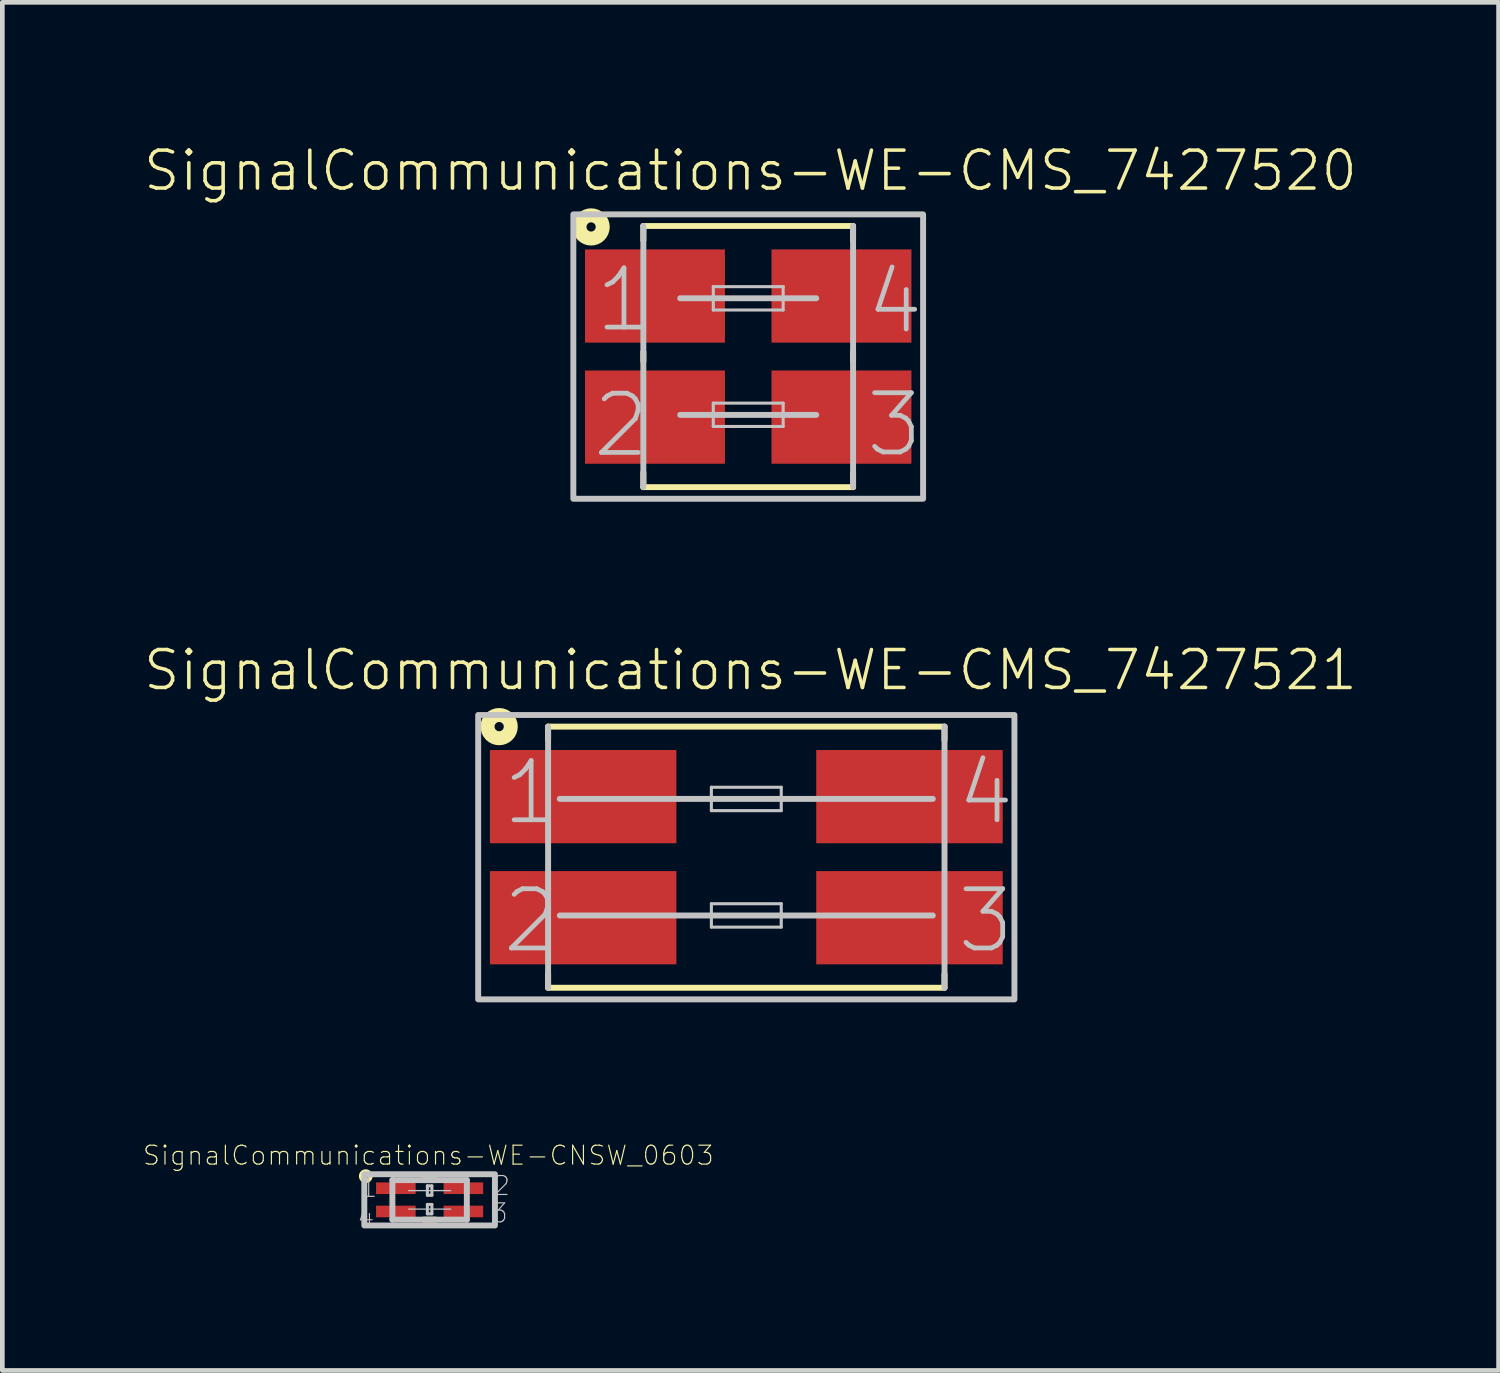
<source format=kicad_pcb>
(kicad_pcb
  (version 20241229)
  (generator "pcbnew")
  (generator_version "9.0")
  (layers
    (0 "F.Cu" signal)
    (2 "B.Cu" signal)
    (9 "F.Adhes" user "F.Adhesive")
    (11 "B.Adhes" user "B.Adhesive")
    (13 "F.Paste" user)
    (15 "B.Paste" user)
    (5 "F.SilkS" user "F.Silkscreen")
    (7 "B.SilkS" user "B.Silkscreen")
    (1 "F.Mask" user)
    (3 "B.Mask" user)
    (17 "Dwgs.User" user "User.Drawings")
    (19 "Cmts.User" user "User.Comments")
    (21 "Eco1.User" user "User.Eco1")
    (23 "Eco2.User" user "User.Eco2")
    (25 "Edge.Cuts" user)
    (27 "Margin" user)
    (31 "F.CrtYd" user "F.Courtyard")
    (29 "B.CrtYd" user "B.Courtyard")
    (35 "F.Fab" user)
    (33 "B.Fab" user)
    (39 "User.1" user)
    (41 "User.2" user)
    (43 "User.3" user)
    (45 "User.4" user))
  (footprint "SignalCommunications-WE-CMS_7427520"
    (layer "F.Cu")
    (at 12.99 4.594)
    (property "Reference" "SignalCommunications-WE-CMS_7427520" (at 0.048 -3.985 0) (layer "F.SilkS") (effects (font (size 0.813 0.813) (thickness 0.076))))
    (attr smd)
    (fp_line (start -2.248 -2.489) (end -2.248 -2.799) (stroke (width 0.127) (type solid)) (layer "F.SilkS"))
    (fp_line (start -2.248 -0.099) (end -2.248 0.099) (stroke (width 0.127) (type solid)) (layer "F.SilkS"))
    (fp_line (start -2.248 2.489) (end -2.248 2.799) (stroke (width 0.127) (type solid)) (layer "F.SilkS"))
    (fp_line (start -2.248 2.799) (end 2.248 2.799) (stroke (width 0.127) (type solid)) (layer "F.SilkS"))
    (fp_line (start 2.248 -2.799) (end -2.248 -2.799) (stroke (width 0.127) (type solid)) (layer "F.SilkS"))
    (fp_line (start 2.248 -2.489) (end 2.248 -2.799) (stroke (width 0.127) (type solid)) (layer "F.SilkS"))
    (fp_line (start 2.248 -0.099) (end 2.248 0.099) (stroke (width 0.127) (type solid)) (layer "F.SilkS"))
    (fp_line (start 2.248 2.489) (end 2.248 2.799) (stroke (width 0.127) (type solid)) (layer "F.SilkS"))
    (fp_circle (center -3.368 -2.779) (end -3.368 -2.878) (stroke (width 0.3) (type solid)) (fill no) (layer "F.SilkS"))
    (fp_line (start -2.248 -2.799) (end -2.248 2.799) (stroke (width 0.127) (type solid)) (layer "Dwgs.User"))
    (fp_line (start -1.458 -1.25) (end 1.458 -1.25) (stroke (width 0.127) (type solid)) (layer "Dwgs.User"))
    (fp_line (start -1.458 1.25) (end 1.458 1.25) (stroke (width 0.127) (type solid)) (layer "Dwgs.User"))
    (fp_line (start -0.749 -1.499) (end 0.749 -1.499) (stroke (width 0.066) (type solid)) (layer "Dwgs.User"))
    (fp_line (start -0.749 -0.998) (end -0.749 -1.499) (stroke (width 0.066) (type solid)) (layer "Dwgs.User"))
    (fp_line (start -0.749 -0.998) (end 0.749 -0.998) (stroke (width 0.066) (type solid)) (layer "Dwgs.User"))
    (fp_line (start -0.749 0.998) (end 0.749 0.998) (stroke (width 0.066) (type solid)) (layer "Dwgs.User"))
    (fp_line (start -0.749 1.499) (end -0.749 0.998) (stroke (width 0.066) (type solid)) (layer "Dwgs.User"))
    (fp_line (start -0.749 1.499) (end 0.749 1.499) (stroke (width 0.066) (type solid)) (layer "Dwgs.User"))
    (fp_line (start 0.749 -0.998) (end 0.749 -1.499) (stroke (width 0.066) (type solid)) (layer "Dwgs.User"))
    (fp_line (start 0.749 1.499) (end 0.749 0.998) (stroke (width 0.066) (type solid)) (layer "Dwgs.User"))
    (fp_line (start 2.248 2.799) (end 2.248 -2.799) (stroke (width 0.127) (type solid)) (layer "Dwgs.User"))
    (fp_poly (pts (xy -3.749 -3.048) (xy 3.749 -3.048) (xy 3.749 3.048) (xy -3.749 3.048) (xy -3.749 -3.048)) (stroke (width 0.127) (type solid)) (fill no) (layer "Dwgs.User"))
    (fp_text user "1" (at -2.664 -1.214 0) (layer "Dwgs.User") (effects (font (size 1.27 1.27) (thickness 0.102))))
    (fp_text user "4" (at 3.145 -1.173 0) (layer "Dwgs.User") (effects (font (size 1.27 1.27) (thickness 0.102))))
    (fp_text user "2" (at -2.723 1.473 0) (layer "Dwgs.User") (effects (font (size 1.27 1.27) (thickness 0.102))))
    (fp_text user "3" (at 3.134 1.463 0) (layer "Dwgs.User") (effects (font (size 1.27 1.27) (thickness 0.102))))
    (pad "1" smd rect (at -1.999 -1.298) (size 3 1.999) (layers "F.Cu" "F.Mask" "F.Paste"))
    (pad "2" smd rect (at -1.999 1.298) (size 3 1.999) (layers "F.Cu" "F.Mask" "F.Paste"))
    (pad "3" smd rect (at 1.999 1.298) (size 3 1.999) (layers "F.Cu" "F.Mask" "F.Paste"))
    (pad "4" smd rect (at 1.999 -1.298) (size 3 1.999) (layers "F.Cu" "F.Mask" "F.Paste")))
  (footprint "SignalCommunications-WE-CNSW_0603"
    (layer "F.Cu")
    (at 6.16 22.672)
    (property "Reference" "SignalCommunications-WE-CNSW_0603" (at -0.028 -0.953 0) (layer "F.SilkS") (effects (font (size 0.406 0.406) (thickness 0.025))))
    (attr smd)
    (fp_line (start 0.124 -0.424) (end -0.13 -0.424) (stroke (width 0.127) (type solid)) (layer "F.SilkS"))
    (fp_line (start 0.127 0.424) (end -0.127 0.424) (stroke (width 0.127) (type solid)) (layer "F.SilkS"))
    (fp_circle (center -1.369 -0.508) (end -1.369 -0.556) (stroke (width 0.099) (type solid)) (fill no) (layer "F.SilkS"))
    (fp_line (start -0.798 -0.424) (end -0.798 0.424) (stroke (width 0.127) (type solid)) (layer "Dwgs.User"))
    (fp_line (start -0.798 0.424) (end 0.798 0.424) (stroke (width 0.127) (type solid)) (layer "Dwgs.User"))
    (fp_line (start -0.048 -0.3) (end 0.048 -0.3) (stroke (width 0.066) (type solid)) (layer "Dwgs.User"))
    (fp_line (start -0.048 -0.099) (end -0.048 -0.3) (stroke (width 0.066) (type solid)) (layer "Dwgs.User"))
    (fp_line (start -0.048 -0.099) (end 0.048 -0.099) (stroke (width 0.066) (type solid)) (layer "Dwgs.User"))
    (fp_line (start -0.048 0.099) (end 0.048 0.099) (stroke (width 0.066) (type solid)) (layer "Dwgs.User"))
    (fp_line (start -0.048 0.3) (end -0.048 0.099) (stroke (width 0.066) (type solid)) (layer "Dwgs.User"))
    (fp_line (start -0.048 0.3) (end 0.048 0.3) (stroke (width 0.066) (type solid)) (layer "Dwgs.User"))
    (fp_line (start 0.048 -0.099) (end 0.048 -0.3) (stroke (width 0.066) (type solid)) (layer "Dwgs.User"))
    (fp_line (start 0.048 0.3) (end 0.048 0.099) (stroke (width 0.066) (type solid)) (layer "Dwgs.User"))
    (fp_line (start 0.45 -0.198) (end -0.45 -0.198) (stroke (width 0.028) (type solid)) (layer "Dwgs.User"))
    (fp_line (start 0.45 0.198) (end -0.45 0.198) (stroke (width 0.028) (type solid)) (layer "Dwgs.User"))
    (fp_line (start 0.798 -0.424) (end -0.798 -0.424) (stroke (width 0.127) (type solid)) (layer "Dwgs.User"))
    (fp_line (start 0.798 0.424) (end 0.798 -0.424) (stroke (width 0.127) (type solid)) (layer "Dwgs.User"))
    (fp_poly (pts (xy 1.4 0.549) (xy -1.4 0.549) (xy -1.4 -0.549) (xy 1.4 -0.549) (xy 1.4 0.549)) (stroke (width 0.127) (type solid)) (fill no) (layer "Dwgs.User"))
    (fp_text user "2" (at 1.542 -0.302 0) (layer "Dwgs.User") (effects (font (size 0.406 0.406) (thickness 0.025))))
    (fp_text user "1" (at -1.306 -0.262 0) (layer "Dwgs.User") (effects (font (size 0.406 0.406) (thickness 0.025))))
    (fp_text user "4" (at -1.367 0.376 0) (layer "Dwgs.User") (effects (font (size 0.406 0.406) (thickness 0.025))))
    (fp_text user "3" (at 1.491 0.284 0) (layer "Dwgs.User") (effects (font (size 0.406 0.406) (thickness 0.025))))
    (pad "1" smd rect (at -0.724 -0.249 270) (size 0.249 0.848) (layers "F.Cu" "F.Mask" "F.Paste"))
    (pad "2" smd rect (at 0.724 -0.249 270) (size 0.249 0.848) (layers "F.Cu" "F.Mask" "F.Paste"))
    (pad "3" smd rect (at 0.724 0.249 270) (size 0.249 0.848) (layers "F.Cu" "F.Mask" "F.Paste"))
    (pad "4" smd rect (at -0.724 0.249 270) (size 0.249 0.848) (layers "F.Cu" "F.Mask" "F.Paste")))
  (footprint "SignalCommunications-WE-CMS_7427521"
    (layer "F.Cu")
    (at 12.949 15.326)
    (property "Reference" "SignalCommunications-WE-CMS_7427521" (at 0.089 -4.011 0) (layer "F.SilkS") (effects (font (size 0.813 0.813) (thickness 0.076))))
    (attr smd)
    (fp_line (start -4.249 -2.799) (end 4.249 -2.799) (stroke (width 0.127) (type solid)) (layer "F.SilkS"))
    (fp_line (start -4.249 -2.51) (end -4.249 -2.799) (stroke (width 0.127) (type solid)) (layer "F.SilkS"))
    (fp_line (start -4.249 2.51) (end -4.249 2.799) (stroke (width 0.127) (type solid)) (layer "F.SilkS"))
    (fp_line (start 4.249 -2.51) (end 4.249 -2.799) (stroke (width 0.127) (type solid)) (layer "F.SilkS"))
    (fp_line (start 4.249 2.51) (end 4.249 2.799) (stroke (width 0.127) (type solid)) (layer "F.SilkS"))
    (fp_line (start 4.249 2.799) (end -4.249 2.799) (stroke (width 0.127) (type solid)) (layer "F.SilkS"))
    (fp_circle (center -5.298 -2.799) (end -5.298 -2.898) (stroke (width 0.3) (type solid)) (fill no) (layer "F.SilkS"))
    (fp_line (start -4.249 2.799) (end -4.249 -2.799) (stroke (width 0.127) (type solid)) (layer "Dwgs.User"))
    (fp_line (start -3.998 -1.25) (end 3.998 -1.25) (stroke (width 0.127) (type solid)) (layer "Dwgs.User"))
    (fp_line (start -3.998 1.25) (end 3.998 1.25) (stroke (width 0.127) (type solid)) (layer "Dwgs.User"))
    (fp_line (start -0.749 -1.499) (end 0.749 -1.499) (stroke (width 0.066) (type solid)) (layer "Dwgs.User"))
    (fp_line (start -0.749 -0.998) (end -0.749 -1.499) (stroke (width 0.066) (type solid)) (layer "Dwgs.User"))
    (fp_line (start -0.749 -0.998) (end 0.749 -0.998) (stroke (width 0.066) (type solid)) (layer "Dwgs.User"))
    (fp_line (start -0.749 0.998) (end 0.749 0.998) (stroke (width 0.066) (type solid)) (layer "Dwgs.User"))
    (fp_line (start -0.749 1.499) (end -0.749 0.998) (stroke (width 0.066) (type solid)) (layer "Dwgs.User"))
    (fp_line (start -0.749 1.499) (end 0.749 1.499) (stroke (width 0.066) (type solid)) (layer "Dwgs.User"))
    (fp_line (start 0.749 -0.998) (end 0.749 -1.499) (stroke (width 0.066) (type solid)) (layer "Dwgs.User"))
    (fp_line (start 0.749 1.499) (end 0.749 0.998) (stroke (width 0.066) (type solid)) (layer "Dwgs.User"))
    (fp_line (start 4.249 -2.799) (end 4.249 2.799) (stroke (width 0.127) (type solid)) (layer "Dwgs.User"))
    (fp_poly (pts (xy -5.748 -3.048) (xy 5.748 -3.048) (xy 5.748 3.048) (xy -5.748 3.048) (xy -5.748 -3.048)) (stroke (width 0.127) (type solid)) (fill no) (layer "Dwgs.User"))
    (fp_text user "3" (at 5.133 1.364 0) (layer "Dwgs.User") (effects (font (size 1.27 1.27) (thickness 0.102))))
    (fp_text user "1" (at -4.613 -1.384 0) (layer "Dwgs.User") (effects (font (size 1.27 1.27) (thickness 0.102))))
    (fp_text user "4" (at 5.133 -1.384 0) (layer "Dwgs.User") (effects (font (size 1.27 1.27) (thickness 0.102))))
    (fp_text user "2" (at -4.613 1.364 0) (layer "Dwgs.User") (effects (font (size 1.27 1.27) (thickness 0.102))))
    (pad "1" smd rect (at -3.498 -1.298) (size 3.998 1.999) (layers "F.Cu" "F.Mask" "F.Paste"))
    (pad "2" smd rect (at -3.498 1.298) (size 3.998 1.999) (layers "F.Cu" "F.Mask" "F.Paste"))
    (pad "3" smd rect (at 3.498 1.298) (size 3.998 1.999) (layers "F.Cu" "F.Mask" "F.Paste"))
    (pad "4" smd rect (at 3.498 -1.298) (size 3.998 1.999) (layers "F.Cu" "F.Mask" "F.Paste")))
  (gr_rect
    (start -3 -3)
    (end 29.076 26.33)
    (stroke (width 0.1) (type default))
    (fill no)
    (layer "Edge.Cuts")))
</source>
